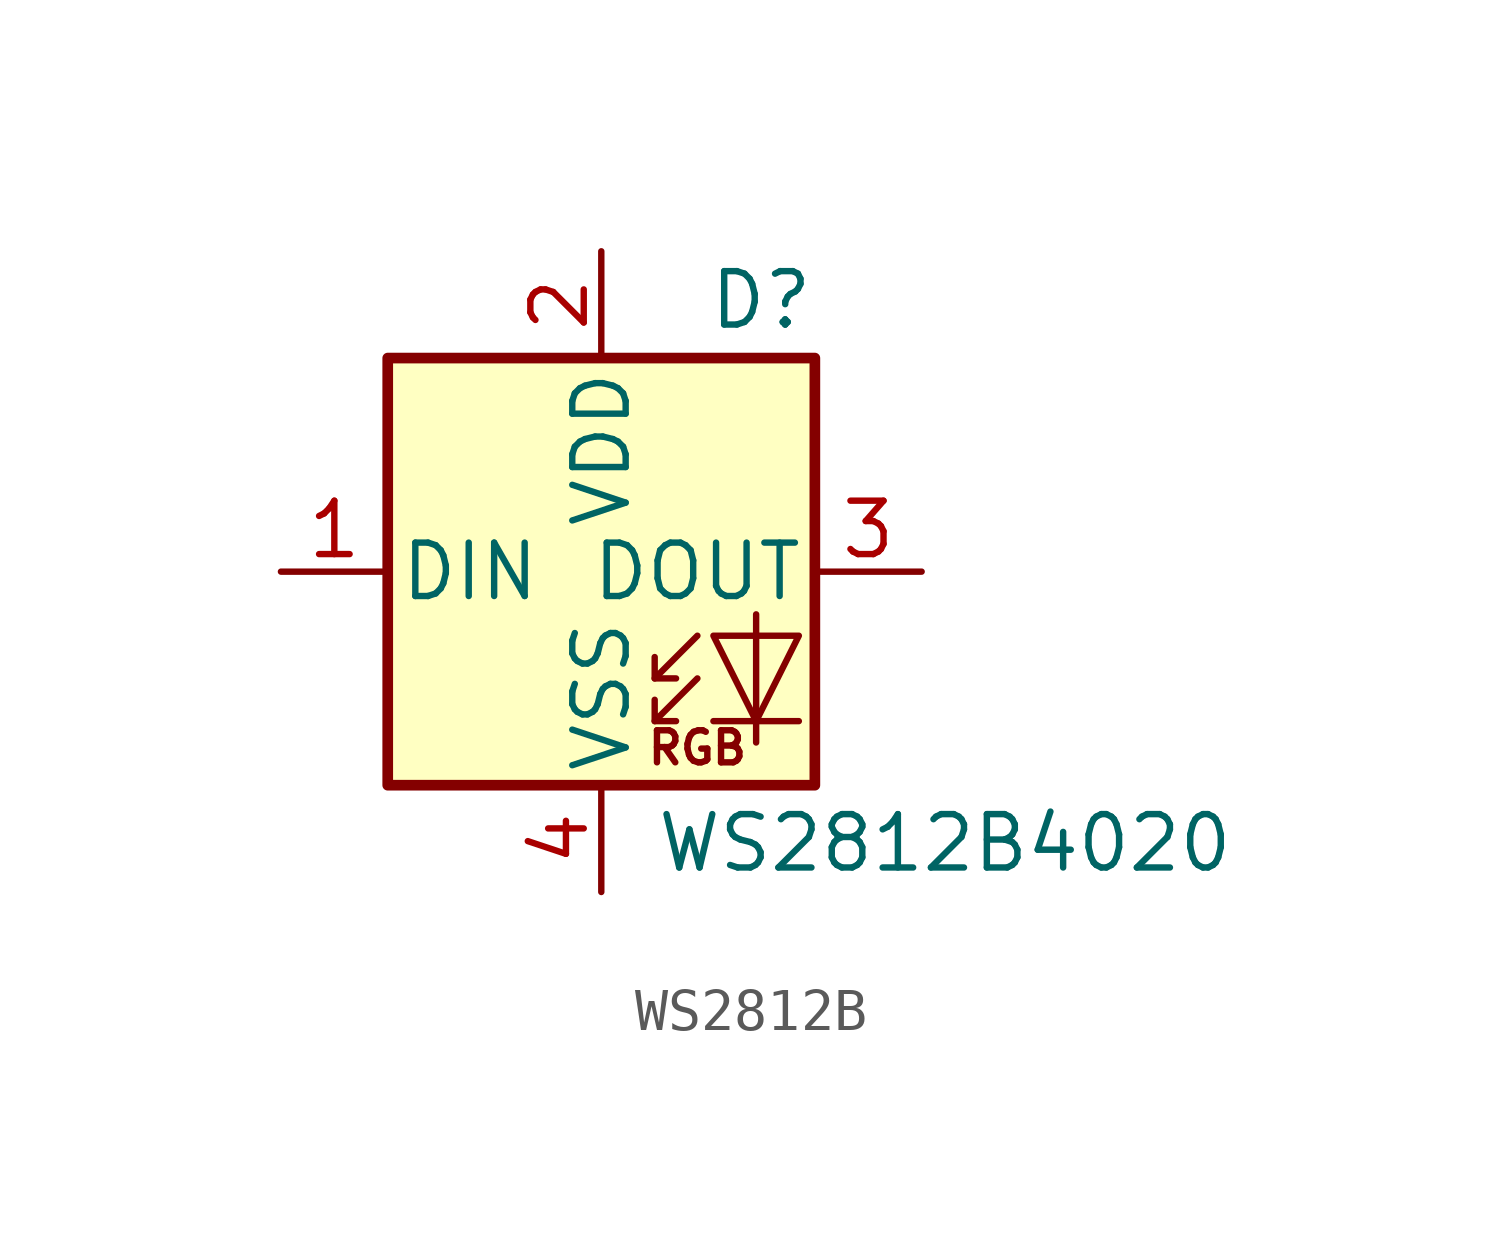
<source format=kicad_sym>
(kicad_symbol_lib
  (version 20231120)
  (generator "kicad_symbol_editor")
  (generator_version "8.0")
  (symbol "WS2812B"
    (pin_names
      (offset 0.254))
    (property "Reference" "D"
      (at 5.08 5.715 0)
      (effects (font (size 1.27 1.27)) (justify right bottom)))
    (property "Value" "WS2812B4020"
      (at 1.27 -5.715 0)
      (effects (font (size 1.27 1.27)) (justify left top)))
    (symbol "WS2812B_0_0"
      (text "RGB" (at 2.286 -4.191 0) (effects (font (size 0.762 0.762)))))
    (symbol "WS2812B_0_1"
      (rectangle (start -5.08 5.08) (end 5.08 -5.08) (stroke (width 0.254) (type default)) (fill (type background)))
      (polyline (pts (xy 1.27 -3.556) (xy 1.778 -3.556)) (stroke (width 0) (type default)) (fill (type none)))
      (polyline (pts (xy 1.27 -2.54) (xy 1.778 -2.54)) (stroke (width 0) (type default)) (fill (type none)))
      (polyline (pts (xy 4.699 -3.556) (xy 2.667 -3.556)) (stroke (width 0) (type default)) (fill (type none)))
      (polyline (pts (xy 2.286 -2.54) (xy 1.27 -3.556) (xy 1.27 -3.048)) (stroke (width 0) (type default)) (fill (type none)))
      (polyline (pts (xy 2.286 -1.524) (xy 1.27 -2.54) (xy 1.27 -2.032)) (stroke (width 0) (type default)) (fill (type none)))
      (polyline (pts (xy 3.683 -1.016) (xy 3.683 -3.556) (xy 3.683 -4.064)) (stroke (width 0) (type default)) (fill (type none)))
      (polyline (pts (xy 4.699 -1.524) (xy 2.667 -1.524) (xy 3.683 -3.556) (xy 4.699 -1.524)) (stroke (width 0) (type default)) (fill (type none))))
    (symbol "WS2812B_1_1"
      (pin input line (at -7.62 0 0) (length 2.54) (name "DIN" (effects (font (size 1.27 1.27)))) (number "1" (effects (font (size 1.27 1.27)))))
      (pin power_in line (at 0 7.62 270) (length 2.54) (name "VDD" (effects (font (size 1.27 1.27)))) (number "2" (effects (font (size 1.27 1.27)))))
      (pin output line (at 7.62 0 180) (length 2.54) (name "DOUT" (effects (font (size 1.27 1.27)))) (number "3" (effects (font (size 1.27 1.27)))))
      (pin power_in line (at 0 -7.62 90) (length 2.54) (name "VSS" (effects (font (size 1.27 1.27)))) (number "4" (effects (font (size 1.27 1.27))))))))
</source>
